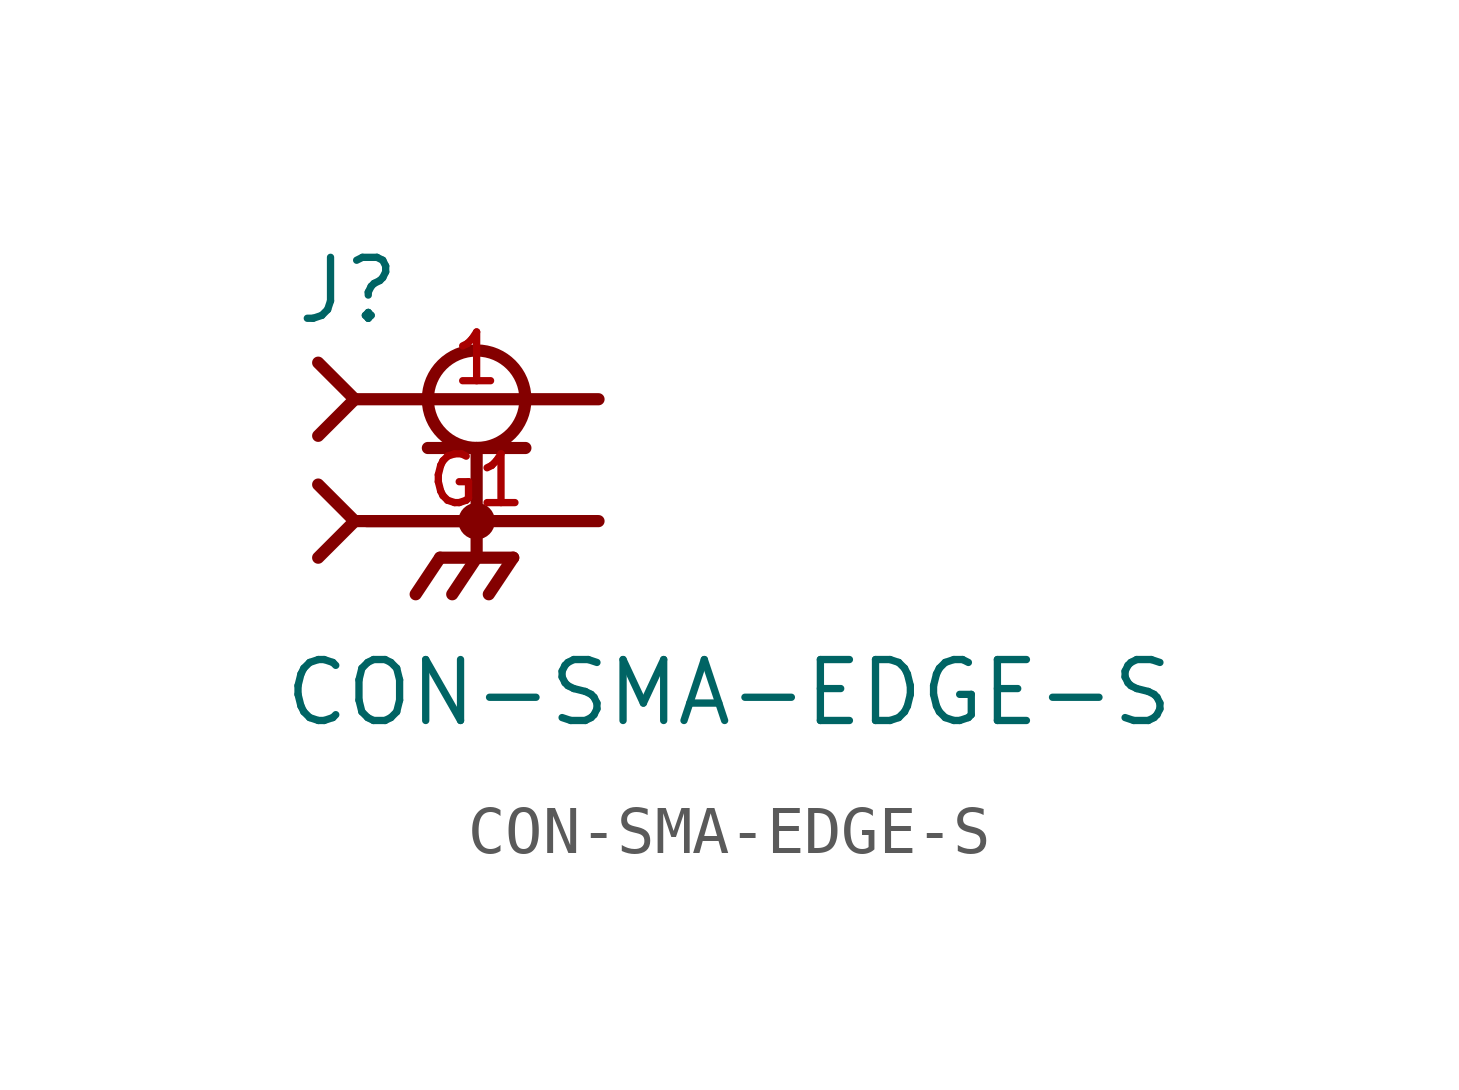
<source format=kicad_sym>
(kicad_symbol_lib
  (version 20211014)
  (generator kicad_symbol_editor)
  (symbol "CON-SMA-EDGE-S"
    (pin_names
      (offset 1.016))
    (property "Reference" "J"
      (at -3.81 4.064 0)
      (effects (font (size 1.27 1.27)) (justify bottom left)))
    (property "Value" "CON-SMA-EDGE-S"
      (at -4.064 -4.318 0)
      (effects (font (size 1.27 1.27)) (justify bottom left)))
    (symbol "CON-SMA-EDGE-S_0_0"
      (circle (center 0.0 2.54) (radius 1.016) (stroke (width 0.254)) (fill (type none)))
      (polyline (pts (xy -1.016 1.524) (xy 0.0 1.524)) (stroke (width 0.254)))
      (polyline (pts (xy 0.0 1.524) (xy 1.016 1.524)) (stroke (width 0.254)))
      (polyline (pts (xy 0.0 0.0) (xy -2.286 0.0)) (stroke (width 0.254)))
      (polyline (pts (xy -3.302 3.302) (xy -2.54 2.54)) (stroke (width 0.254)))
      (polyline (pts (xy -3.302 1.778) (xy -2.54 2.54)) (stroke (width 0.254)))
      (polyline (pts (xy 0.0 1.524) (xy 0.0 0.0)) (stroke (width 0.254)))
      (circle (center 0.0 0.0) (radius 0.254) (stroke (width 0.254)) (fill (type none)))
      (polyline (pts (xy -2.54 2.54) (xy 2.54 2.54)) (stroke (width 0.254)))
      (polyline (pts (xy 2.54 0.0) (xy 0.0 0.0)) (stroke (width 0.254)))
      (polyline (pts (xy 0.0 0.0) (xy 0.0 -0.762)) (stroke (width 0.254)))
      (polyline (pts (xy 0.0 -0.762) (xy -0.762 -0.762)) (stroke (width 0.254)))
      (polyline (pts (xy 0.0 -0.762) (xy 0.762 -0.762)) (stroke (width 0.254)))
      (polyline (pts (xy -0.762 -0.762) (xy -1.27 -1.524)) (stroke (width 0.254)))
      (polyline (pts (xy 0.0 -0.762) (xy -0.508 -1.524)) (stroke (width 0.254)))
      (polyline (pts (xy 0.762 -0.762) (xy 0.254 -1.524)) (stroke (width 0.254)))
      (polyline (pts (xy -3.302 0.762) (xy -2.54 0.0)) (stroke (width 0.254)))
      (polyline (pts (xy -3.302 -0.762) (xy -2.54 0.0)) (stroke (width 0.254)))
      (polyline (pts (xy -2.54 0.0) (xy 0.0 0.0)) (stroke (width 0.254)))
      (pin passive line (at 2.54 2.54 180.0) (length 5.08) (name "~" (effects (font (size 1.016 1.016)))) (number "1" (effects (font (size 1.016 1.016)))))
      (pin passive line (at 2.54 0.0 180.0) (length 5.08) (name "~" (effects (font (size 1.016 1.016)))) (number "G1" (effects (font (size 1.016 1.016))))))))
</source>
